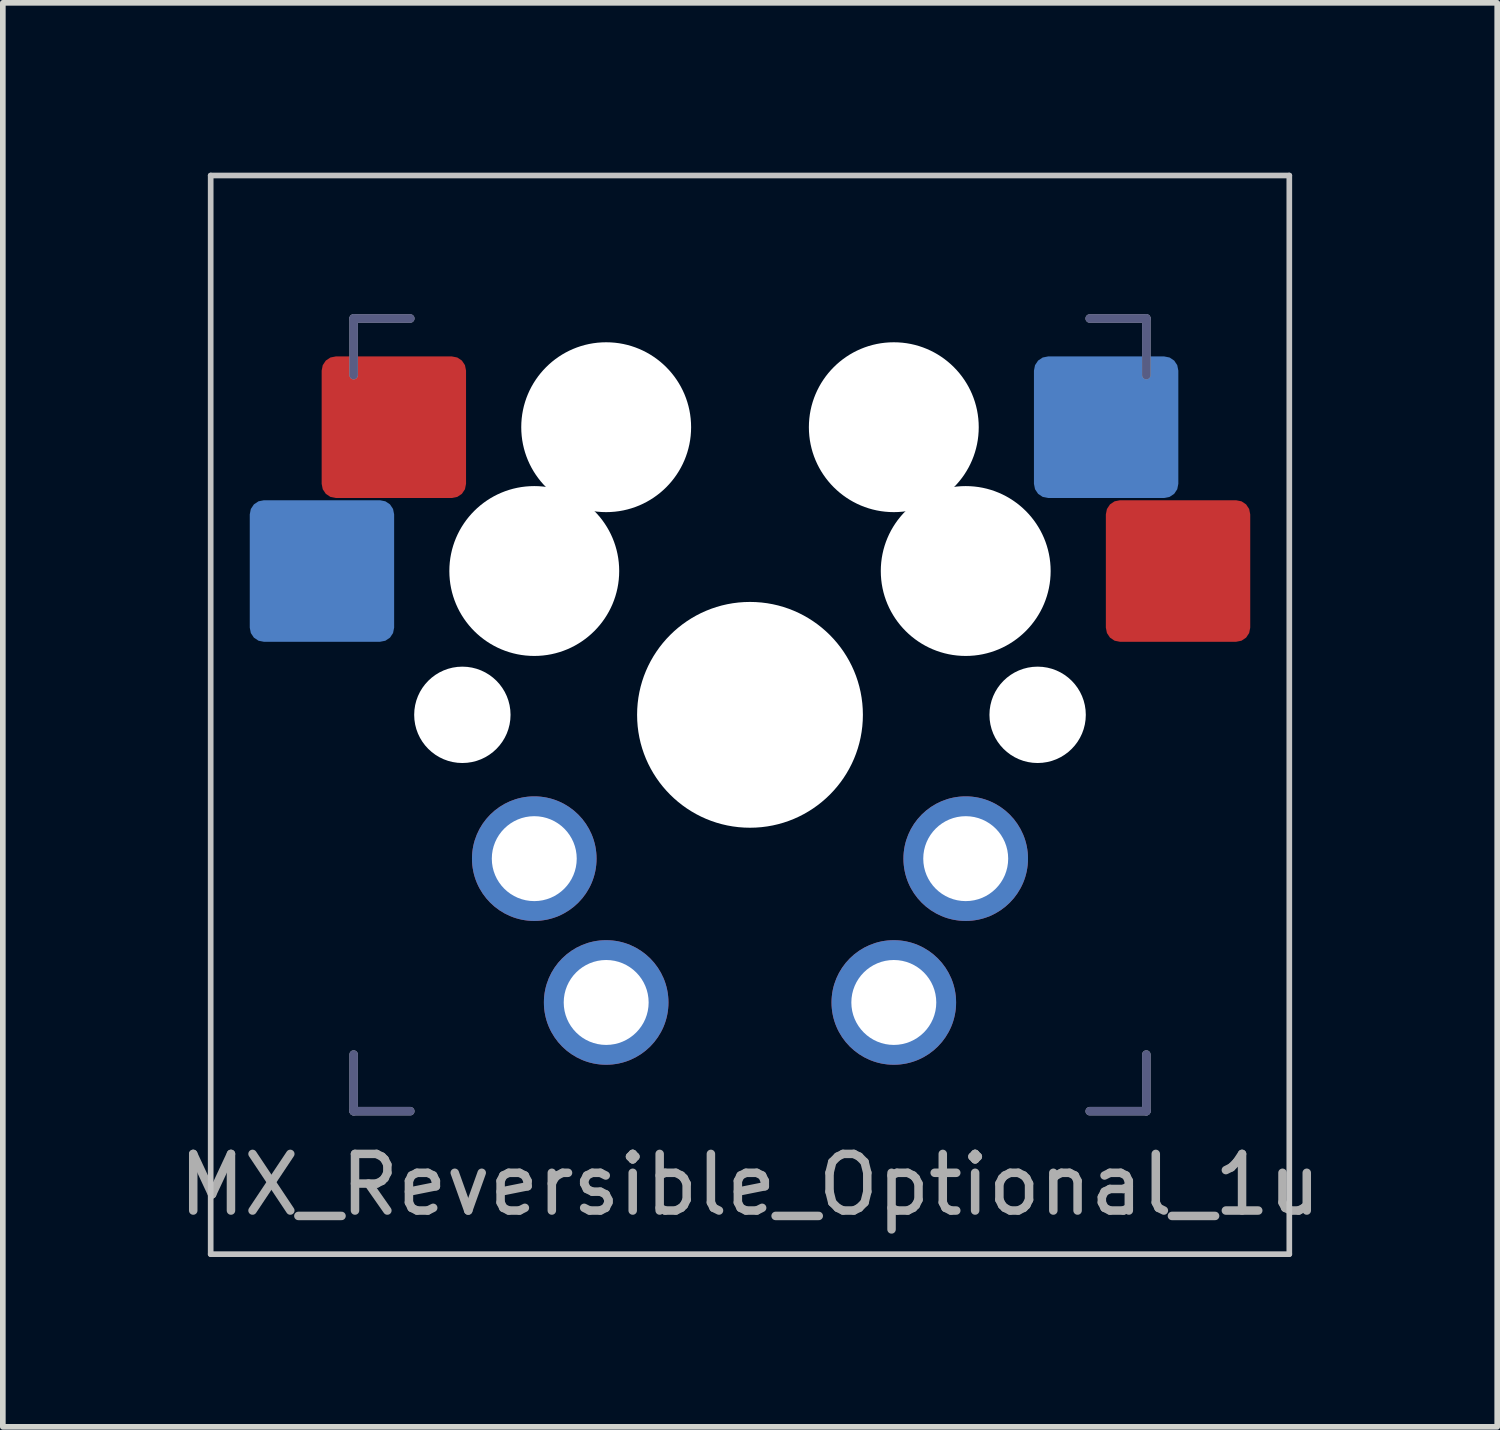
<source format=kicad_pcb>
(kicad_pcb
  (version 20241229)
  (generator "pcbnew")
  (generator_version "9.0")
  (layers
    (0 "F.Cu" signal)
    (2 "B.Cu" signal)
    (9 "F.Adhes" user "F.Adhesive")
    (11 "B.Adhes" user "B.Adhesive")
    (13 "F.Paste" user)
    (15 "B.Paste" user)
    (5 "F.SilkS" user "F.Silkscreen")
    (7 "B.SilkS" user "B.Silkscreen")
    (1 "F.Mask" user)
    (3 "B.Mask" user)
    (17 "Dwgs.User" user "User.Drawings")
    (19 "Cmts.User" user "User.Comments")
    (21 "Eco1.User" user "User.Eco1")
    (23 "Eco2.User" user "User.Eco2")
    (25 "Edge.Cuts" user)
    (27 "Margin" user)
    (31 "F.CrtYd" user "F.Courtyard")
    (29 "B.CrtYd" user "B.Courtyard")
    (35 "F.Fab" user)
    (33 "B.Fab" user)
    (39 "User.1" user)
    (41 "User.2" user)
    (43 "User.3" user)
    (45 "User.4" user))
  (footprint "MX_Reversible_Optional_1u"
    (layer "F.Cu")
    (at 10.196 9.575)
    (property "Reference" "MX_Reversible_Optional_1u" (at 0 8.3 0) (layer "F.Fab") (effects (font (size 1 1) (thickness 0.15))))
    (attr through_hole)
    (fp_line (start -9.525 -9.525) (end -9.525 9.525) (stroke (width 0.1) (type solid)) (layer "Dwgs.User"))
    (fp_line (start -9.525 -9.525) (end 9.525 -9.525) (stroke (width 0.1) (type solid)) (layer "Dwgs.User"))
    (fp_line (start -9.525 9.525) (end 9.525 9.525) (stroke (width 0.1) (type solid)) (layer "Dwgs.User"))
    (fp_line (start 9.525 9.525) (end 9.525 -9.525) (stroke (width 0.1) (type solid)) (layer "Dwgs.User"))
    (fp_line (start -7.5 -7.5) (end 7.5 -7.5) (stroke (width 0.15) (type solid)) (layer "Eco2.User"))
    (fp_line (start -7.5 7.5) (end -7.5 -7.5) (stroke (width 0.15) (type solid)) (layer "Eco2.User"))
    (fp_line (start -6.9 6.9) (end -6.9 -6.9) (stroke (width 0.15) (type solid)) (layer "Eco2.User"))
    (fp_line (start -6.9 6.9) (end 6.9 6.9) (stroke (width 0.15) (type solid)) (layer "Eco2.User"))
    (fp_line (start 6.9 -6.9) (end -6.9 -6.9) (stroke (width 0.15) (type solid)) (layer "Eco2.User"))
    (fp_line (start 6.9 -6.9) (end 6.9 6.9) (stroke (width 0.15) (type solid)) (layer "Eco2.User"))
    (fp_line (start 7.5 -7.5) (end 7.5 7.5) (stroke (width 0.15) (type solid)) (layer "Eco2.User"))
    (fp_line (start 7.5 7.5) (end -7.5 7.5) (stroke (width 0.15) (type solid)) (layer "Eco2.User"))
    (fp_line (start -7 -7) (end -6 -7) (stroke (width 0.15) (type solid)) (layer "B.Fab"))
    (fp_line (start -7 -6) (end -7 -7) (stroke (width 0.15) (type solid)) (layer "B.Fab"))
    (fp_line (start -7 7) (end -7 6) (stroke (width 0.15) (type solid)) (layer "B.Fab"))
    (fp_line (start -6 7) (end -7 7) (stroke (width 0.15) (type solid)) (layer "B.Fab"))
    (fp_line (start 6 -7) (end 7 -7) (stroke (width 0.15) (type solid)) (layer "B.Fab"))
    (fp_line (start 7 -7) (end 7 -6) (stroke (width 0.15) (type solid)) (layer "B.Fab"))
    (fp_line (start 7 6) (end 7 7) (stroke (width 0.15) (type solid)) (layer "B.Fab"))
    (fp_line (start 7 7) (end 6 7) (stroke (width 0.15) (type solid)) (layer "B.Fab"))
    (fp_line (start -7 -7) (end -6 -7) (stroke (width 0.15) (type solid)) (layer "F.Fab"))
    (fp_line (start -7 -6) (end -7 -7) (stroke (width 0.15) (type solid)) (layer "F.Fab"))
    (fp_line (start -7 7) (end -7 6) (stroke (width 0.15) (type solid)) (layer "F.Fab"))
    (fp_line (start -6 7) (end -7 7) (stroke (width 0.15) (type solid)) (layer "F.Fab"))
    (fp_line (start 6 -7) (end 7 -7) (stroke (width 0.15) (type solid)) (layer "F.Fab"))
    (fp_line (start 7 -7) (end 7 -6) (stroke (width 0.15) (type solid)) (layer "F.Fab"))
    (fp_line (start 7 6) (end 7 7) (stroke (width 0.15) (type solid)) (layer "F.Fab"))
    (fp_line (start 7 7) (end 6 7) (stroke (width 0.15) (type solid)) (layer "F.Fab"))
    (pad "" np_thru_hole circle (at -5.08 0) (size 1.702 1.702) (drill 1.702) (layers "*.Cu" "*.Mask"))
    (pad "" np_thru_hole circle (at -3.81 -2.54 180) (size 3 3) (drill 3) (layers "*.Cu" "*.Mask"))
    (pad "" np_thru_hole circle (at -2.54 -5.08) (size 3 3) (drill 3) (layers "*.Cu" "*.Mask"))
    (pad "" np_thru_hole circle (at 0 0) (size 3.988 3.988) (drill 3.988) (layers "*.Cu" "*.Mask"))
    (pad "" np_thru_hole circle (at 2.54 -5.08 180) (size 3 3) (drill 3) (layers "*.Cu" "*.Mask"))
    (pad "" np_thru_hole circle (at 3.81 -2.54) (size 3 3) (drill 3) (layers "*.Cu" "*.Mask"))
    (pad "" np_thru_hole circle (at 5.08 0) (size 1.702 1.702) (drill 1.702) (layers "*.Cu" "*.Mask"))
    (pad "1" smd roundrect (at -6.29 -5.08) (size 2.55 2.5) (layers "F.Cu" "F.Mask" "F.Paste") (roundrect_rratio 0.1))
    (pad "1" thru_hole circle (at -3.81 2.54) (size 2.2 2.2) (drill 1.5) (layers "*.Cu" "*.Mask"))
    (pad "1" thru_hole circle (at 3.81 2.54) (size 2.2 2.2) (drill 1.5) (layers "*.Cu" "*.Mask"))
    (pad "1" smd roundrect (at 6.29 -5.08 180) (size 2.55 2.5) (layers "B.Cu" "B.Mask" "B.Paste") (roundrect_rratio 0.1))
    (pad "2" smd roundrect (at -7.56 -2.54 180) (size 2.55 2.5) (layers "B.Cu" "B.Mask" "B.Paste") (roundrect_rratio 0.1))
    (pad "2" thru_hole circle (at -2.54 5.08) (size 2.2 2.2) (drill 1.5) (layers "*.Cu" "*.Mask"))
    (pad "2" thru_hole circle (at 2.54 5.08) (size 2.2 2.2) (drill 1.5) (layers "*.Cu" "*.Mask"))
    (pad "2" smd roundrect (at 7.56 -2.54) (size 2.55 2.5) (layers "F.Cu" "F.Mask" "F.Paste") (roundrect_rratio 0.1)))
  (gr_rect
    (start -3 -3)
    (end 23.393 22.15)
    (stroke (width 0.1) (type default))
    (fill no)
    (layer "Edge.Cuts")))
</source>
